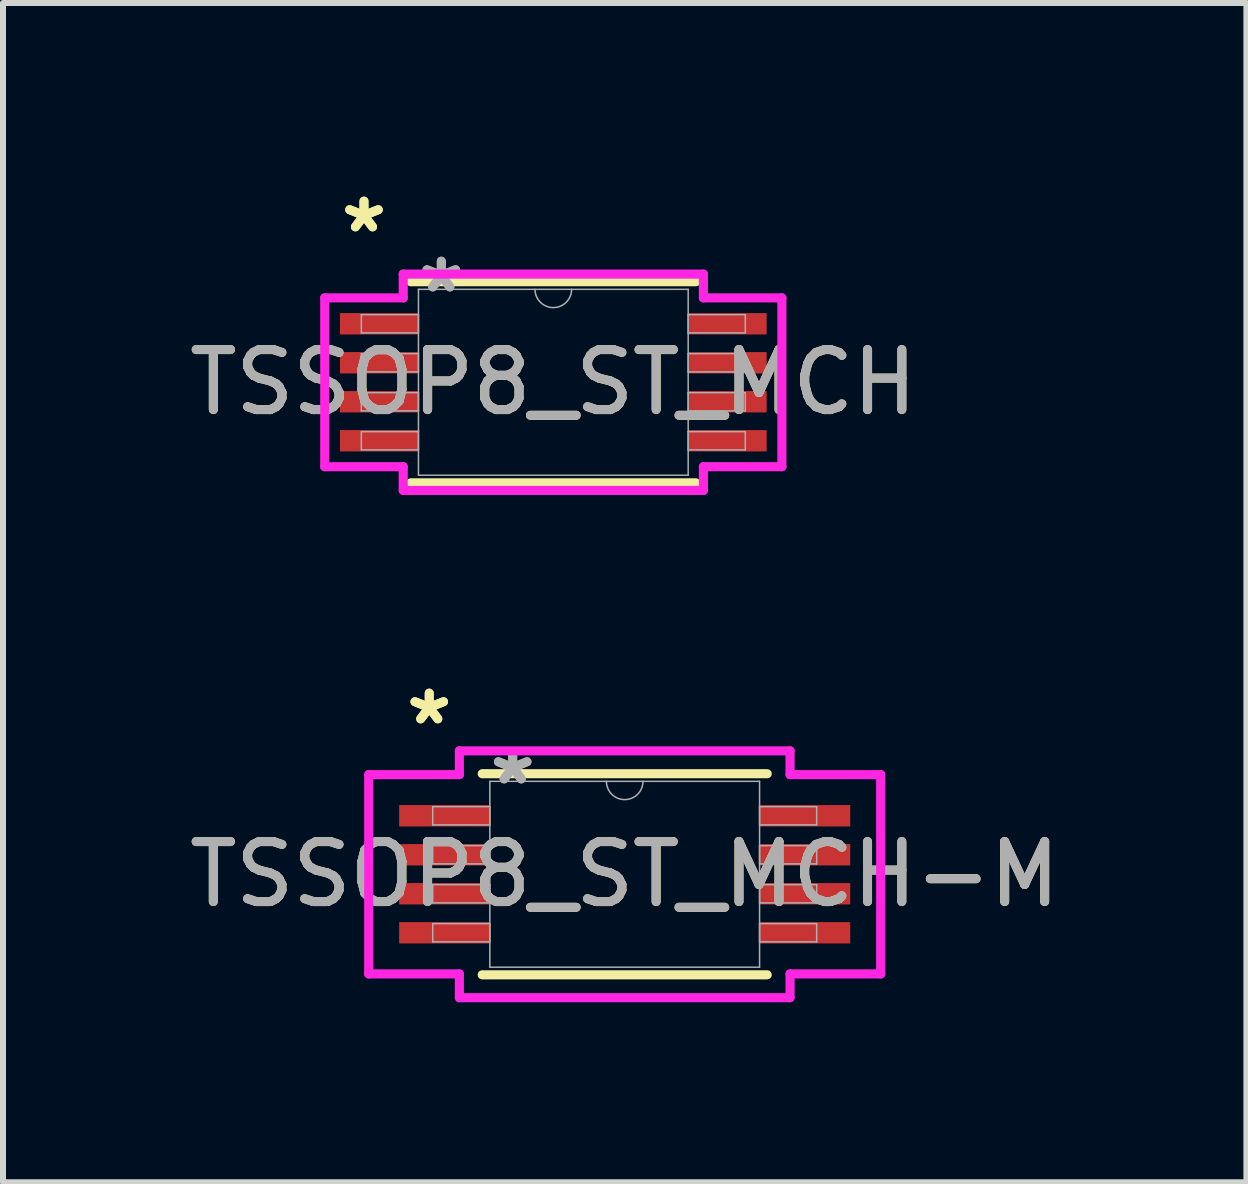
<source format=kicad_pcb>
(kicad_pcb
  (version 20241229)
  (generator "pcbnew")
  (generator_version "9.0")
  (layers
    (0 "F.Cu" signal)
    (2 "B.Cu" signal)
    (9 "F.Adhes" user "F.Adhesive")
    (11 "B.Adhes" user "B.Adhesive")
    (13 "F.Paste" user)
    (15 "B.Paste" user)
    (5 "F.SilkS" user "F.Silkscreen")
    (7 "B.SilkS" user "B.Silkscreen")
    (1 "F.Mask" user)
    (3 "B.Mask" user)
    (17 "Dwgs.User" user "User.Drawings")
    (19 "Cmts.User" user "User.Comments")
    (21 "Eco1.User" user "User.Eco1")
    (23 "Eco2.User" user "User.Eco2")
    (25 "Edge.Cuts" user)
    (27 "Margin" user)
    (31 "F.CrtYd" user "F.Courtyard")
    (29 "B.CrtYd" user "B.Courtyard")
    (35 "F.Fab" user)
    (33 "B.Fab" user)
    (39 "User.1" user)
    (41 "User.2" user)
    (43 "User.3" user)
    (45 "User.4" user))
  (footprint "TSSOP8_ST_MCH-M"
    (layer "F.Cu")
    (at 7.363 11.523)
    (property "Reference" "TSSOP8_ST_MCH-M" (at 0 0 0) (unlocked yes) (layer "F.SilkS") (effects (font (size 1 1) (thickness 0.15))))
    (attr smd)
    (fp_line (start -2.375 1.676) (end 2.375 1.676) (stroke (width 0.152) (type solid)) (layer "F.SilkS"))
    (fp_line (start 2.375 -1.676) (end -2.375 -1.676) (stroke (width 0.152) (type solid)) (layer "F.SilkS"))
    (fp_line (start -4.267 -1.661) (end -2.756 -1.661) (stroke (width 0.152) (type solid)) (layer "F.CrtYd"))
    (fp_line (start -4.267 1.661) (end -4.267 -1.661) (stroke (width 0.152) (type solid)) (layer "F.CrtYd"))
    (fp_line (start -4.267 1.661) (end -2.756 1.661) (stroke (width 0.152) (type solid)) (layer "F.CrtYd"))
    (fp_line (start -2.756 -2.057) (end 2.756 -2.057) (stroke (width 0.152) (type solid)) (layer "F.CrtYd"))
    (fp_line (start -2.756 -1.661) (end -2.756 -2.057) (stroke (width 0.152) (type solid)) (layer "F.CrtYd"))
    (fp_line (start -2.756 2.057) (end -2.756 1.661) (stroke (width 0.152) (type solid)) (layer "F.CrtYd"))
    (fp_line (start 2.756 -2.057) (end 2.756 -1.661) (stroke (width 0.152) (type solid)) (layer "F.CrtYd"))
    (fp_line (start 2.756 1.661) (end 2.756 2.057) (stroke (width 0.152) (type solid)) (layer "F.CrtYd"))
    (fp_line (start 2.756 2.057) (end -2.756 2.057) (stroke (width 0.152) (type solid)) (layer "F.CrtYd"))
    (fp_line (start 4.267 -1.661) (end 2.756 -1.661) (stroke (width 0.152) (type solid)) (layer "F.CrtYd"))
    (fp_line (start 4.267 -1.661) (end 4.267 1.661) (stroke (width 0.152) (type solid)) (layer "F.CrtYd"))
    (fp_line (start 4.267 1.661) (end 2.756 1.661) (stroke (width 0.152) (type solid)) (layer "F.CrtYd"))
    (fp_line (start -3.2 -1.127) (end -3.2 -0.823) (stroke (width 0.025) (type solid)) (layer "F.Fab"))
    (fp_line (start -3.2 -0.823) (end -2.248 -0.823) (stroke (width 0.025) (type solid)) (layer "F.Fab"))
    (fp_line (start -3.2 -0.477) (end -3.2 -0.173) (stroke (width 0.025) (type solid)) (layer "F.Fab"))
    (fp_line (start -3.2 -0.173) (end -2.248 -0.173) (stroke (width 0.025) (type solid)) (layer "F.Fab"))
    (fp_line (start -3.2 0.173) (end -3.2 0.477) (stroke (width 0.025) (type solid)) (layer "F.Fab"))
    (fp_line (start -3.2 0.477) (end -2.248 0.477) (stroke (width 0.025) (type solid)) (layer "F.Fab"))
    (fp_line (start -3.2 0.823) (end -3.2 1.127) (stroke (width 0.025) (type solid)) (layer "F.Fab"))
    (fp_line (start -3.2 1.127) (end -2.248 1.127) (stroke (width 0.025) (type solid)) (layer "F.Fab"))
    (fp_line (start -2.248 -1.549) (end -2.248 1.549) (stroke (width 0.025) (type solid)) (layer "F.Fab"))
    (fp_line (start -2.248 -1.127) (end -3.2 -1.127) (stroke (width 0.025) (type solid)) (layer "F.Fab"))
    (fp_line (start -2.248 -0.823) (end -2.248 -1.127) (stroke (width 0.025) (type solid)) (layer "F.Fab"))
    (fp_line (start -2.248 -0.477) (end -3.2 -0.477) (stroke (width 0.025) (type solid)) (layer "F.Fab"))
    (fp_line (start -2.248 -0.173) (end -2.248 -0.477) (stroke (width 0.025) (type solid)) (layer "F.Fab"))
    (fp_line (start -2.248 0.173) (end -3.2 0.173) (stroke (width 0.025) (type solid)) (layer "F.Fab"))
    (fp_line (start -2.248 0.477) (end -2.248 0.173) (stroke (width 0.025) (type solid)) (layer "F.Fab"))
    (fp_line (start -2.248 0.823) (end -3.2 0.823) (stroke (width 0.025) (type solid)) (layer "F.Fab"))
    (fp_line (start -2.248 1.127) (end -2.248 0.823) (stroke (width 0.025) (type solid)) (layer "F.Fab"))
    (fp_line (start -2.248 1.549) (end 2.248 1.549) (stroke (width 0.025) (type solid)) (layer "F.Fab"))
    (fp_line (start 2.248 -1.549) (end -2.248 -1.549) (stroke (width 0.025) (type solid)) (layer "F.Fab"))
    (fp_line (start 2.248 -1.127) (end 2.248 -0.823) (stroke (width 0.025) (type solid)) (layer "F.Fab"))
    (fp_line (start 2.248 -0.823) (end 3.2 -0.823) (stroke (width 0.025) (type solid)) (layer "F.Fab"))
    (fp_line (start 2.248 -0.477) (end 2.248 -0.173) (stroke (width 0.025) (type solid)) (layer "F.Fab"))
    (fp_line (start 2.248 -0.173) (end 3.2 -0.173) (stroke (width 0.025) (type solid)) (layer "F.Fab"))
    (fp_line (start 2.248 0.173) (end 2.248 0.477) (stroke (width 0.025) (type solid)) (layer "F.Fab"))
    (fp_line (start 2.248 0.477) (end 3.2 0.477) (stroke (width 0.025) (type solid)) (layer "F.Fab"))
    (fp_line (start 2.248 0.823) (end 2.248 1.127) (stroke (width 0.025) (type solid)) (layer "F.Fab"))
    (fp_line (start 2.248 1.127) (end 3.2 1.127) (stroke (width 0.025) (type solid)) (layer "F.Fab"))
    (fp_line (start 2.248 1.549) (end 2.248 -1.549) (stroke (width 0.025) (type solid)) (layer "F.Fab"))
    (fp_line (start 3.2 -1.127) (end 2.248 -1.127) (stroke (width 0.025) (type solid)) (layer "F.Fab"))
    (fp_line (start 3.2 -0.823) (end 3.2 -1.127) (stroke (width 0.025) (type solid)) (layer "F.Fab"))
    (fp_line (start 3.2 -0.477) (end 2.248 -0.477) (stroke (width 0.025) (type solid)) (layer "F.Fab"))
    (fp_line (start 3.2 -0.173) (end 3.2 -0.477) (stroke (width 0.025) (type solid)) (layer "F.Fab"))
    (fp_line (start 3.2 0.173) (end 2.248 0.173) (stroke (width 0.025) (type solid)) (layer "F.Fab"))
    (fp_line (start 3.2 0.477) (end 3.2 0.173) (stroke (width 0.025) (type solid)) (layer "F.Fab"))
    (fp_line (start 3.2 0.823) (end 2.248 0.823) (stroke (width 0.025) (type solid)) (layer "F.Fab"))
    (fp_line (start 3.2 1.127) (end 3.2 0.823) (stroke (width 0.025) (type solid)) (layer "F.Fab"))
    (fp_arc (start 0.3048 -1.5494) (mid 0 -1.2446) (end -0.3048 -1.5494) (stroke (width 0.0254) (type solid)) (layer "F.Fab"))
    (fp_text user "*" (at -3.258 -2.474 0) (unlocked yes) (layer "F.SilkS") (effects (font (size 1 1) (thickness 0.15))))
    (fp_text user "*" (at -3.258 -2.474 0) (layer "F.SilkS") (effects (font (size 1 1) (thickness 0.15))))
    (fp_text user "${REFERENCE}" (at 0 0 0) (unlocked yes) (layer "F.Fab") (effects (font (size 1 1) (thickness 0.15))))
    (fp_text user "*" (at -1.867 -1.473 0) (unlocked yes) (layer "F.Fab") (effects (font (size 1 1) (thickness 0.15))))
    (fp_text user "*" (at -1.867 -1.473 0) (layer "F.Fab") (effects (font (size 1 1) (thickness 0.15))))
    (pad "1" smd rect (at -3.004 -0.975) (size 1.511 0.356) (layers "F.Cu" "F.Mask" "F.Paste"))
    (pad "2" smd rect (at -3.004 -0.325) (size 1.511 0.356) (layers "F.Cu" "F.Mask" "F.Paste"))
    (pad "3" smd rect (at -3.004 0.325) (size 1.511 0.356) (layers "F.Cu" "F.Mask" "F.Paste"))
    (pad "4" smd rect (at -3.004 0.975) (size 1.511 0.356) (layers "F.Cu" "F.Mask" "F.Paste"))
    (pad "5" smd rect (at 3.004 0.975) (size 1.511 0.356) (layers "F.Cu" "F.Mask" "F.Paste"))
    (pad "6" smd rect (at 3.004 0.325) (size 1.511 0.356) (layers "F.Cu" "F.Mask" "F.Paste"))
    (pad "7" smd rect (at 3.004 -0.325) (size 1.511 0.356) (layers "F.Cu" "F.Mask" "F.Paste"))
    (pad "8" smd rect (at 3.004 -0.975) (size 1.511 0.356) (layers "F.Cu" "F.Mask" "F.Paste")))
  (footprint "TSSOP8_ST_MCH"
    (layer "F.Cu")
    (at 6.173 3.322)
    (property "Reference" "TSSOP8_ST_MCH" (at 0 0 0) (unlocked yes) (layer "F.SilkS") (effects (font (size 1 1) (thickness 0.15))))
    (attr smd)
    (fp_line (start -2.375 1.676) (end 2.375 1.676) (stroke (width 0.152) (type solid)) (layer "F.SilkS"))
    (fp_line (start 2.375 -1.676) (end -2.375 -1.676) (stroke (width 0.152) (type solid)) (layer "F.SilkS"))
    (fp_line (start -3.81 -1.407) (end -2.502 -1.407) (stroke (width 0.152) (type solid)) (layer "F.CrtYd"))
    (fp_line (start -3.81 1.407) (end -3.81 -1.407) (stroke (width 0.152) (type solid)) (layer "F.CrtYd"))
    (fp_line (start -3.81 1.407) (end -2.502 1.407) (stroke (width 0.152) (type solid)) (layer "F.CrtYd"))
    (fp_line (start -2.502 -1.803) (end 2.502 -1.803) (stroke (width 0.152) (type solid)) (layer "F.CrtYd"))
    (fp_line (start -2.502 -1.407) (end -2.502 -1.803) (stroke (width 0.152) (type solid)) (layer "F.CrtYd"))
    (fp_line (start -2.502 1.803) (end -2.502 1.407) (stroke (width 0.152) (type solid)) (layer "F.CrtYd"))
    (fp_line (start 2.502 -1.803) (end 2.502 -1.407) (stroke (width 0.152) (type solid)) (layer "F.CrtYd"))
    (fp_line (start 2.502 1.407) (end 2.502 1.803) (stroke (width 0.152) (type solid)) (layer "F.CrtYd"))
    (fp_line (start 2.502 1.803) (end -2.502 1.803) (stroke (width 0.152) (type solid)) (layer "F.CrtYd"))
    (fp_line (start 3.81 -1.407) (end 2.502 -1.407) (stroke (width 0.152) (type solid)) (layer "F.CrtYd"))
    (fp_line (start 3.81 -1.407) (end 3.81 1.407) (stroke (width 0.152) (type solid)) (layer "F.CrtYd"))
    (fp_line (start 3.81 1.407) (end 2.502 1.407) (stroke (width 0.152) (type solid)) (layer "F.CrtYd"))
    (fp_line (start -3.2 -1.127) (end -3.2 -0.823) (stroke (width 0.025) (type solid)) (layer "F.Fab"))
    (fp_line (start -3.2 -0.823) (end -2.248 -0.823) (stroke (width 0.025) (type solid)) (layer "F.Fab"))
    (fp_line (start -3.2 -0.477) (end -3.2 -0.173) (stroke (width 0.025) (type solid)) (layer "F.Fab"))
    (fp_line (start -3.2 -0.173) (end -2.248 -0.173) (stroke (width 0.025) (type solid)) (layer "F.Fab"))
    (fp_line (start -3.2 0.173) (end -3.2 0.477) (stroke (width 0.025) (type solid)) (layer "F.Fab"))
    (fp_line (start -3.2 0.477) (end -2.248 0.477) (stroke (width 0.025) (type solid)) (layer "F.Fab"))
    (fp_line (start -3.2 0.823) (end -3.2 1.127) (stroke (width 0.025) (type solid)) (layer "F.Fab"))
    (fp_line (start -3.2 1.127) (end -2.248 1.127) (stroke (width 0.025) (type solid)) (layer "F.Fab"))
    (fp_line (start -2.248 -1.549) (end -2.248 1.549) (stroke (width 0.025) (type solid)) (layer "F.Fab"))
    (fp_line (start -2.248 -1.127) (end -3.2 -1.127) (stroke (width 0.025) (type solid)) (layer "F.Fab"))
    (fp_line (start -2.248 -0.823) (end -2.248 -1.127) (stroke (width 0.025) (type solid)) (layer "F.Fab"))
    (fp_line (start -2.248 -0.477) (end -3.2 -0.477) (stroke (width 0.025) (type solid)) (layer "F.Fab"))
    (fp_line (start -2.248 -0.173) (end -2.248 -0.477) (stroke (width 0.025) (type solid)) (layer "F.Fab"))
    (fp_line (start -2.248 0.173) (end -3.2 0.173) (stroke (width 0.025) (type solid)) (layer "F.Fab"))
    (fp_line (start -2.248 0.477) (end -2.248 0.173) (stroke (width 0.025) (type solid)) (layer "F.Fab"))
    (fp_line (start -2.248 0.823) (end -3.2 0.823) (stroke (width 0.025) (type solid)) (layer "F.Fab"))
    (fp_line (start -2.248 1.127) (end -2.248 0.823) (stroke (width 0.025) (type solid)) (layer "F.Fab"))
    (fp_line (start -2.248 1.549) (end 2.248 1.549) (stroke (width 0.025) (type solid)) (layer "F.Fab"))
    (fp_line (start 2.248 -1.549) (end -2.248 -1.549) (stroke (width 0.025) (type solid)) (layer "F.Fab"))
    (fp_line (start 2.248 -1.127) (end 2.248 -0.823) (stroke (width 0.025) (type solid)) (layer "F.Fab"))
    (fp_line (start 2.248 -0.823) (end 3.2 -0.823) (stroke (width 0.025) (type solid)) (layer "F.Fab"))
    (fp_line (start 2.248 -0.477) (end 2.248 -0.173) (stroke (width 0.025) (type solid)) (layer "F.Fab"))
    (fp_line (start 2.248 -0.173) (end 3.2 -0.173) (stroke (width 0.025) (type solid)) (layer "F.Fab"))
    (fp_line (start 2.248 0.173) (end 2.248 0.477) (stroke (width 0.025) (type solid)) (layer "F.Fab"))
    (fp_line (start 2.248 0.477) (end 3.2 0.477) (stroke (width 0.025) (type solid)) (layer "F.Fab"))
    (fp_line (start 2.248 0.823) (end 2.248 1.127) (stroke (width 0.025) (type solid)) (layer "F.Fab"))
    (fp_line (start 2.248 1.127) (end 3.2 1.127) (stroke (width 0.025) (type solid)) (layer "F.Fab"))
    (fp_line (start 2.248 1.549) (end 2.248 -1.549) (stroke (width 0.025) (type solid)) (layer "F.Fab"))
    (fp_line (start 3.2 -1.127) (end 2.248 -1.127) (stroke (width 0.025) (type solid)) (layer "F.Fab"))
    (fp_line (start 3.2 -0.823) (end 3.2 -1.127) (stroke (width 0.025) (type solid)) (layer "F.Fab"))
    (fp_line (start 3.2 -0.477) (end 2.248 -0.477) (stroke (width 0.025) (type solid)) (layer "F.Fab"))
    (fp_line (start 3.2 -0.173) (end 3.2 -0.477) (stroke (width 0.025) (type solid)) (layer "F.Fab"))
    (fp_line (start 3.2 0.173) (end 2.248 0.173) (stroke (width 0.025) (type solid)) (layer "F.Fab"))
    (fp_line (start 3.2 0.477) (end 3.2 0.173) (stroke (width 0.025) (type solid)) (layer "F.Fab"))
    (fp_line (start 3.2 0.823) (end 2.248 0.823) (stroke (width 0.025) (type solid)) (layer "F.Fab"))
    (fp_line (start 3.2 1.127) (end 3.2 0.823) (stroke (width 0.025) (type solid)) (layer "F.Fab"))
    (fp_arc (start 0.3048 -1.5494) (mid 0 -1.2446) (end -0.3048 -1.5494) (stroke (width 0.0254) (type solid)) (layer "F.Fab"))
    (fp_text user "*" (at -3.156 -2.474 0) (unlocked yes) (layer "F.SilkS") (effects (font (size 1 1) (thickness 0.15))))
    (fp_text user "*" (at -3.156 -2.474 0) (layer "F.SilkS") (effects (font (size 1 1) (thickness 0.15))))
    (fp_text user "${REFERENCE}" (at 0 0 0) (unlocked yes) (layer "F.Fab") (effects (font (size 1 1) (thickness 0.15))))
    (fp_text user "*" (at -1.867 -1.473 0) (unlocked yes) (layer "F.Fab") (effects (font (size 1 1) (thickness 0.15))))
    (fp_text user "*" (at -1.867 -1.473 0) (layer "F.Fab") (effects (font (size 1 1) (thickness 0.15))))
    (pad "1" smd rect (at -2.902 -0.975) (size 1.308 0.356) (layers "F.Cu" "F.Mask" "F.Paste"))
    (pad "2" smd rect (at -2.902 -0.325) (size 1.308 0.356) (layers "F.Cu" "F.Mask" "F.Paste"))
    (pad "3" smd rect (at -2.902 0.325) (size 1.308 0.356) (layers "F.Cu" "F.Mask" "F.Paste"))
    (pad "4" smd rect (at -2.902 0.975) (size 1.308 0.356) (layers "F.Cu" "F.Mask" "F.Paste"))
    (pad "5" smd rect (at 2.902 0.975) (size 1.308 0.356) (layers "F.Cu" "F.Mask" "F.Paste"))
    (pad "6" smd rect (at 2.902 0.325) (size 1.308 0.356) (layers "F.Cu" "F.Mask" "F.Paste"))
    (pad "7" smd rect (at 2.902 -0.325) (size 1.308 0.356) (layers "F.Cu" "F.Mask" "F.Paste"))
    (pad "8" smd rect (at 2.902 -0.975) (size 1.308 0.356) (layers "F.Cu" "F.Mask" "F.Paste")))
  (gr_rect
    (start -3 -3)
    (end 17.726 16.657)
    (stroke (width 0.1) (type default))
    (fill no)
    (layer "Edge.Cuts")))
</source>
